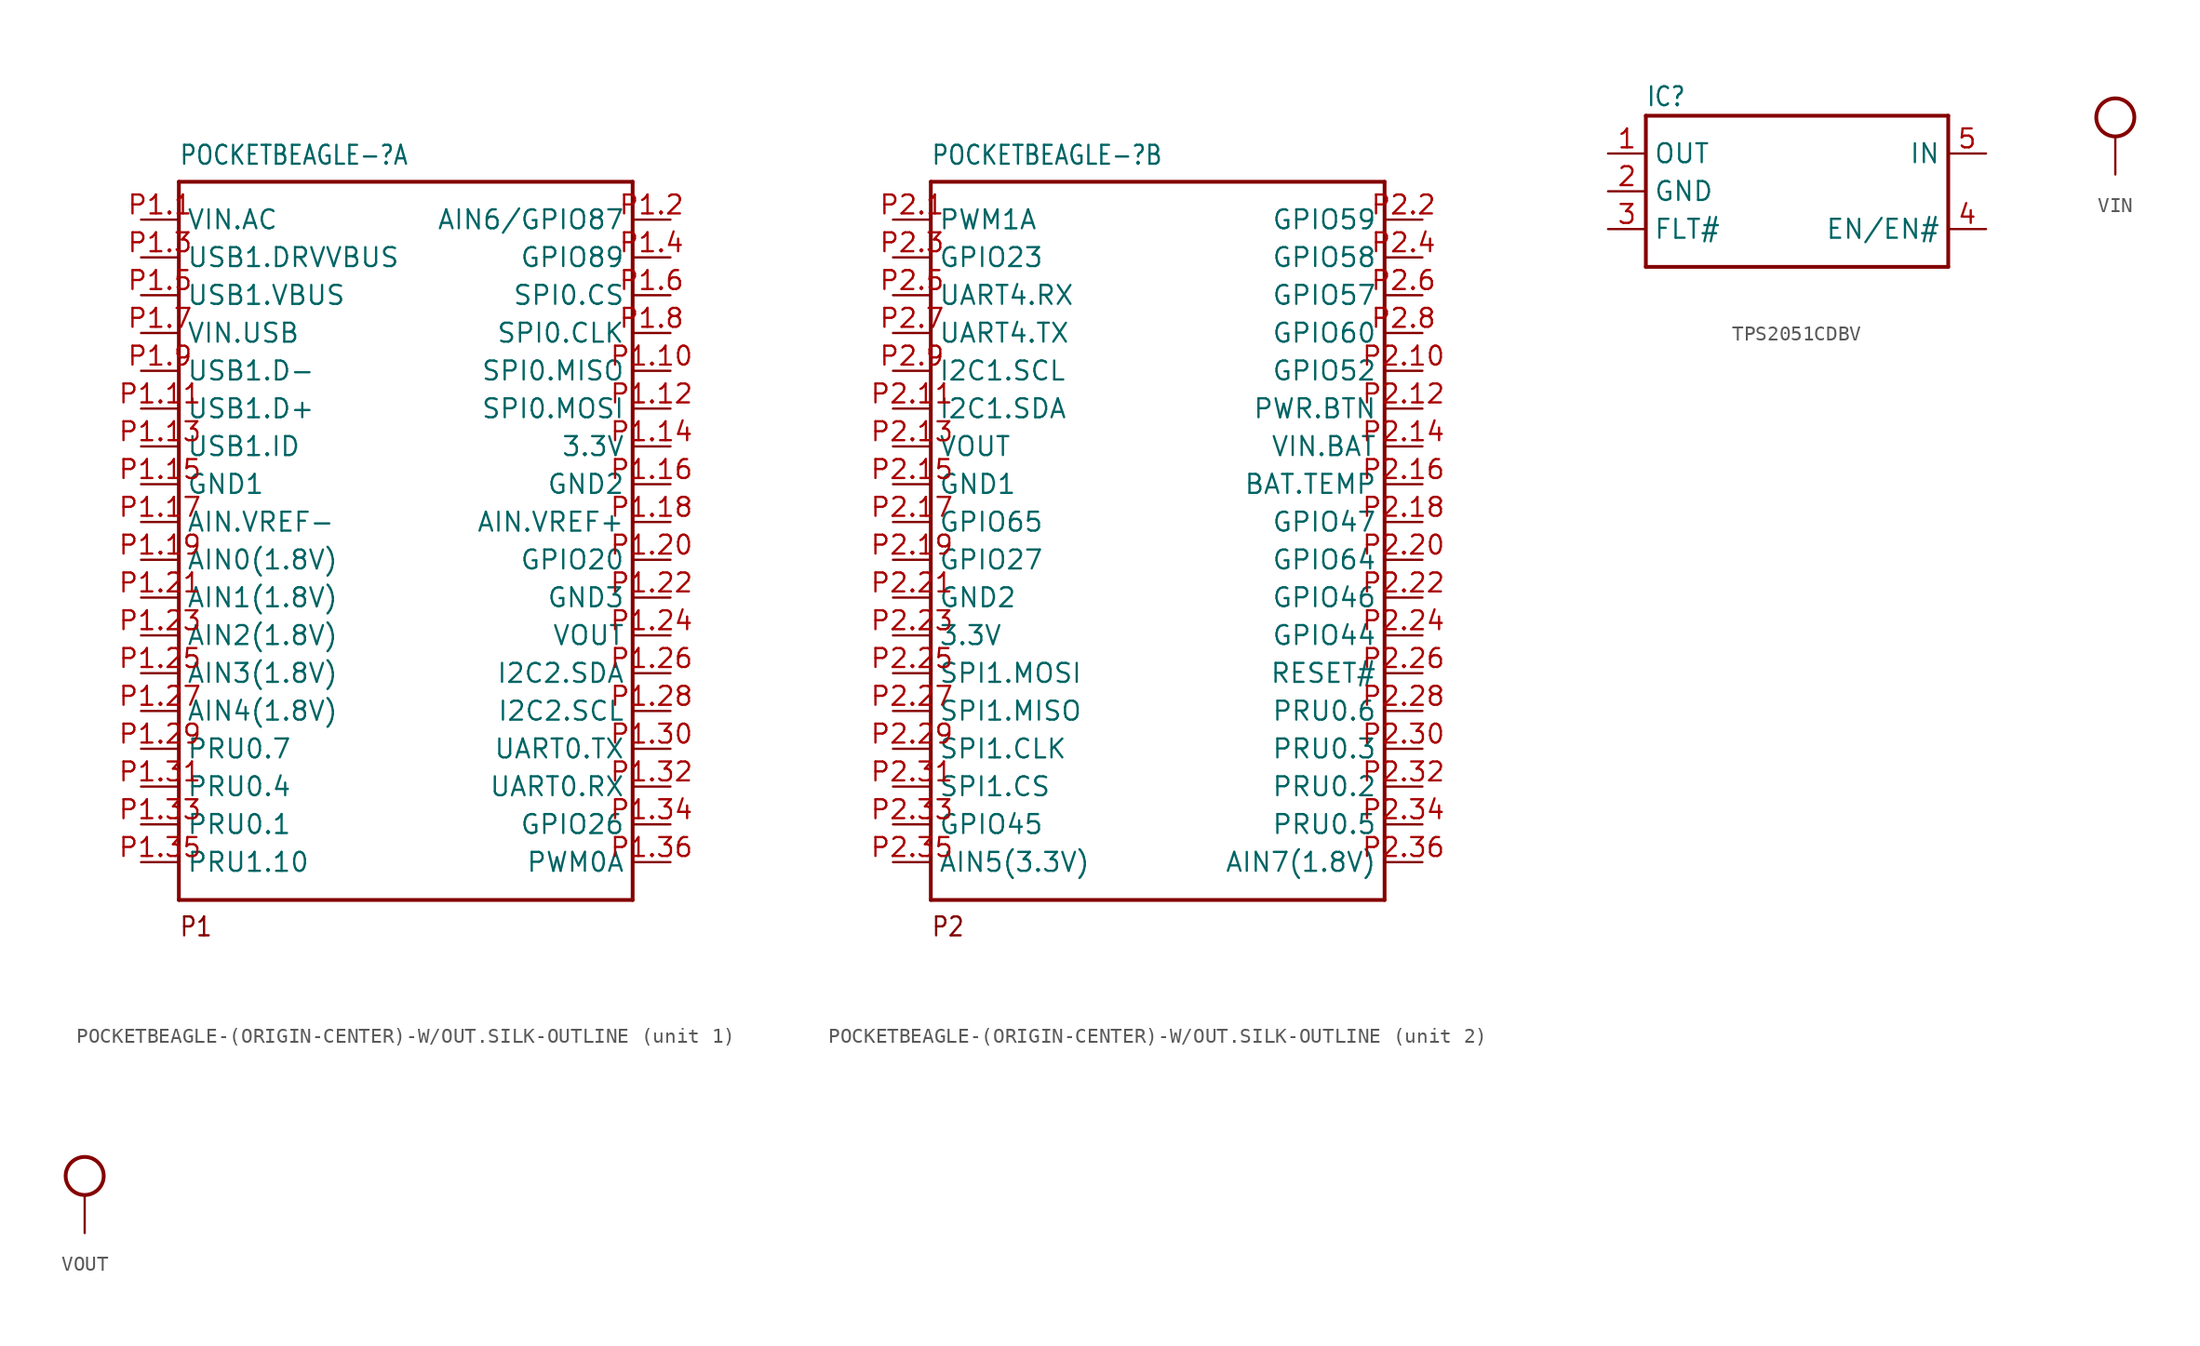
<source format=kicad_sym>
(kicad_symbol_lib
  (version 20231120)
  (generator "kicad_symbol_editor")
  (generator_version "8.0")
  (symbol "POCKETBEAGLE-(ORIGIN-CENTER)-W/OUT.SILK-OUTLINE"
    (property "Reference" "POCKETBEAGLE-"
      (at -15.24 27.94 0)
      (effects (font (size 1.27 1.079)) (justify left top)))
    (property "ki_locked" ""
      (at 0 0 0)
      (effects (font (size 1.27 1.27))))
    (symbol "POCKETBEAGLE-(ORIGIN-CENTER)-W/OUT.SILK-OUTLINE_1_0"
      (polyline (pts (xy -15.24 -22.86) (xy -15.24 25.4)) (stroke (width 0.254) (type solid)) (fill (type none)))
      (polyline (pts (xy -15.24 25.4) (xy 15.24 25.4)) (stroke (width 0.254) (type solid)) (fill (type none)))
      (polyline (pts (xy 15.24 -22.86) (xy -15.24 -22.86)) (stroke (width 0.254) (type solid)) (fill (type none)))
      (polyline (pts (xy 15.24 25.4) (xy 15.24 -22.86)) (stroke (width 0.254) (type solid)) (fill (type none)))
      (text "P1" (at -15.24 -25.4 0) (effects (font (size 1.27 1.079)) (justify left bottom)))
      (pin bidirectional line (at -17.78 22.86 0) (length 2.54) (name "VIN.AC" (effects (font (size 1.27 1.27)))) (number "P1.1" (effects (font (size 1.27 1.27)))))
      (pin bidirectional line (at 17.78 12.7 180) (length 2.54) (name "SPI0.MISO" (effects (font (size 1.27 1.27)))) (number "P1.10" (effects (font (size 1.27 1.27)))))
      (pin bidirectional line (at -17.78 10.16 0) (length 2.54) (name "USB1.D+" (effects (font (size 1.27 1.27)))) (number "P1.11" (effects (font (size 1.27 1.27)))))
      (pin bidirectional line (at 17.78 10.16 180) (length 2.54) (name "SPI0.MOSI" (effects (font (size 1.27 1.27)))) (number "P1.12" (effects (font (size 1.27 1.27)))))
      (pin bidirectional line (at -17.78 7.62 0) (length 2.54) (name "USB1.ID" (effects (font (size 1.27 1.27)))) (number "P1.13" (effects (font (size 1.27 1.27)))))
      (pin bidirectional line (at 17.78 7.62 180) (length 2.54) (name "3.3V" (effects (font (size 1.27 1.27)))) (number "P1.14" (effects (font (size 1.27 1.27)))))
      (pin bidirectional line (at -17.78 5.08 0) (length 2.54) (name "GND1" (effects (font (size 1.27 1.27)))) (number "P1.15" (effects (font (size 1.27 1.27)))))
      (pin bidirectional line (at 17.78 5.08 180) (length 2.54) (name "GND2" (effects (font (size 1.27 1.27)))) (number "P1.16" (effects (font (size 1.27 1.27)))))
      (pin bidirectional line (at -17.78 2.54 0) (length 2.54) (name "AIN.VREF-" (effects (font (size 1.27 1.27)))) (number "P1.17" (effects (font (size 1.27 1.27)))))
      (pin bidirectional line (at 17.78 2.54 180) (length 2.54) (name "AIN.VREF+" (effects (font (size 1.27 1.27)))) (number "P1.18" (effects (font (size 1.27 1.27)))))
      (pin bidirectional line (at -17.78 0 0) (length 2.54) (name "AIN0(1.8V)" (effects (font (size 1.27 1.27)))) (number "P1.19" (effects (font (size 1.27 1.27)))))
      (pin bidirectional line (at 17.78 22.86 180) (length 2.54) (name "AIN6/GPIO87" (effects (font (size 1.27 1.27)))) (number "P1.2" (effects (font (size 1.27 1.27)))))
      (pin bidirectional line (at 17.78 0 180) (length 2.54) (name "GPIO20" (effects (font (size 1.27 1.27)))) (number "P1.20" (effects (font (size 1.27 1.27)))))
      (pin bidirectional line (at -17.78 -2.54 0) (length 2.54) (name "AIN1(1.8V)" (effects (font (size 1.27 1.27)))) (number "P1.21" (effects (font (size 1.27 1.27)))))
      (pin bidirectional line (at 17.78 -2.54 180) (length 2.54) (name "GND3" (effects (font (size 1.27 1.27)))) (number "P1.22" (effects (font (size 1.27 1.27)))))
      (pin bidirectional line (at -17.78 -5.08 0) (length 2.54) (name "AIN2(1.8V)" (effects (font (size 1.27 1.27)))) (number "P1.23" (effects (font (size 1.27 1.27)))))
      (pin bidirectional line (at 17.78 -5.08 180) (length 2.54) (name "VOUT" (effects (font (size 1.27 1.27)))) (number "P1.24" (effects (font (size 1.27 1.27)))))
      (pin bidirectional line (at -17.78 -7.62 0) (length 2.54) (name "AIN3(1.8V)" (effects (font (size 1.27 1.27)))) (number "P1.25" (effects (font (size 1.27 1.27)))))
      (pin bidirectional line (at 17.78 -7.62 180) (length 2.54) (name "I2C2.SDA" (effects (font (size 1.27 1.27)))) (number "P1.26" (effects (font (size 1.27 1.27)))))
      (pin bidirectional line (at -17.78 -10.16 0) (length 2.54) (name "AIN4(1.8V)" (effects (font (size 1.27 1.27)))) (number "P1.27" (effects (font (size 1.27 1.27)))))
      (pin bidirectional line (at 17.78 -10.16 180) (length 2.54) (name "I2C2.SCL" (effects (font (size 1.27 1.27)))) (number "P1.28" (effects (font (size 1.27 1.27)))))
      (pin bidirectional line (at -17.78 -12.7 0) (length 2.54) (name "PRU0.7" (effects (font (size 1.27 1.27)))) (number "P1.29" (effects (font (size 1.27 1.27)))))
      (pin bidirectional line (at -17.78 20.32 0) (length 2.54) (name "USB1.DRVVBUS" (effects (font (size 1.27 1.27)))) (number "P1.3" (effects (font (size 1.27 1.27)))))
      (pin bidirectional line (at 17.78 -12.7 180) (length 2.54) (name "UART0.TX" (effects (font (size 1.27 1.27)))) (number "P1.30" (effects (font (size 1.27 1.27)))))
      (pin bidirectional line (at -17.78 -15.24 0) (length 2.54) (name "PRU0.4" (effects (font (size 1.27 1.27)))) (number "P1.31" (effects (font (size 1.27 1.27)))))
      (pin bidirectional line (at 17.78 -15.24 180) (length 2.54) (name "UART0.RX" (effects (font (size 1.27 1.27)))) (number "P1.32" (effects (font (size 1.27 1.27)))))
      (pin bidirectional line (at -17.78 -17.78 0) (length 2.54) (name "PRU0.1" (effects (font (size 1.27 1.27)))) (number "P1.33" (effects (font (size 1.27 1.27)))))
      (pin bidirectional line (at 17.78 -17.78 180) (length 2.54) (name "GPIO26" (effects (font (size 1.27 1.27)))) (number "P1.34" (effects (font (size 1.27 1.27)))))
      (pin bidirectional line (at -17.78 -20.32 0) (length 2.54) (name "PRU1.10" (effects (font (size 1.27 1.27)))) (number "P1.35" (effects (font (size 1.27 1.27)))))
      (pin bidirectional line (at 17.78 -20.32 180) (length 2.54) (name "PWM0A" (effects (font (size 1.27 1.27)))) (number "P1.36" (effects (font (size 1.27 1.27)))))
      (pin bidirectional line (at 17.78 20.32 180) (length 2.54) (name "GPIO89" (effects (font (size 1.27 1.27)))) (number "P1.4" (effects (font (size 1.27 1.27)))))
      (pin bidirectional line (at -17.78 17.78 0) (length 2.54) (name "USB1.VBUS" (effects (font (size 1.27 1.27)))) (number "P1.5" (effects (font (size 1.27 1.27)))))
      (pin bidirectional line (at 17.78 17.78 180) (length 2.54) (name "SPI0.CS" (effects (font (size 1.27 1.27)))) (number "P1.6" (effects (font (size 1.27 1.27)))))
      (pin bidirectional line (at -17.78 15.24 0) (length 2.54) (name "VIN.USB" (effects (font (size 1.27 1.27)))) (number "P1.7" (effects (font (size 1.27 1.27)))))
      (pin bidirectional line (at 17.78 15.24 180) (length 2.54) (name "SPI0.CLK" (effects (font (size 1.27 1.27)))) (number "P1.8" (effects (font (size 1.27 1.27)))))
      (pin bidirectional line (at -17.78 12.7 0) (length 2.54) (name "USB1.D-" (effects (font (size 1.27 1.27)))) (number "P1.9" (effects (font (size 1.27 1.27))))))
    (symbol "POCKETBEAGLE-(ORIGIN-CENTER)-W/OUT.SILK-OUTLINE_2_0"
      (polyline (pts (xy -15.24 -22.86) (xy -15.24 25.4)) (stroke (width 0.254) (type solid)) (fill (type none)))
      (polyline (pts (xy -15.24 25.4) (xy 15.24 25.4)) (stroke (width 0.254) (type solid)) (fill (type none)))
      (polyline (pts (xy 15.24 -22.86) (xy -15.24 -22.86)) (stroke (width 0.254) (type solid)) (fill (type none)))
      (polyline (pts (xy 15.24 25.4) (xy 15.24 -22.86)) (stroke (width 0.254) (type solid)) (fill (type none)))
      (text "P2" (at -15.24 -25.4 0) (effects (font (size 1.27 1.079)) (justify left bottom)))
      (pin bidirectional line (at -17.78 22.86 0) (length 2.54) (name "PWM1A" (effects (font (size 1.27 1.27)))) (number "P2.1" (effects (font (size 1.27 1.27)))))
      (pin bidirectional line (at 17.78 12.7 180) (length 2.54) (name "GPIO52" (effects (font (size 1.27 1.27)))) (number "P2.10" (effects (font (size 1.27 1.27)))))
      (pin bidirectional line (at -17.78 10.16 0) (length 2.54) (name "I2C1.SDA" (effects (font (size 1.27 1.27)))) (number "P2.11" (effects (font (size 1.27 1.27)))))
      (pin bidirectional line (at 17.78 10.16 180) (length 2.54) (name "PWR.BTN" (effects (font (size 1.27 1.27)))) (number "P2.12" (effects (font (size 1.27 1.27)))))
      (pin bidirectional line (at -17.78 7.62 0) (length 2.54) (name "VOUT" (effects (font (size 1.27 1.27)))) (number "P2.13" (effects (font (size 1.27 1.27)))))
      (pin bidirectional line (at 17.78 7.62 180) (length 2.54) (name "VIN.BAT" (effects (font (size 1.27 1.27)))) (number "P2.14" (effects (font (size 1.27 1.27)))))
      (pin bidirectional line (at -17.78 5.08 0) (length 2.54) (name "GND1" (effects (font (size 1.27 1.27)))) (number "P2.15" (effects (font (size 1.27 1.27)))))
      (pin bidirectional line (at 17.78 5.08 180) (length 2.54) (name "BAT.TEMP" (effects (font (size 1.27 1.27)))) (number "P2.16" (effects (font (size 1.27 1.27)))))
      (pin bidirectional line (at -17.78 2.54 0) (length 2.54) (name "GPIO65" (effects (font (size 1.27 1.27)))) (number "P2.17" (effects (font (size 1.27 1.27)))))
      (pin bidirectional line (at 17.78 2.54 180) (length 2.54) (name "GPIO47" (effects (font (size 1.27 1.27)))) (number "P2.18" (effects (font (size 1.27 1.27)))))
      (pin bidirectional line (at -17.78 0 0) (length 2.54) (name "GPIO27" (effects (font (size 1.27 1.27)))) (number "P2.19" (effects (font (size 1.27 1.27)))))
      (pin bidirectional line (at 17.78 22.86 180) (length 2.54) (name "GPIO59" (effects (font (size 1.27 1.27)))) (number "P2.2" (effects (font (size 1.27 1.27)))))
      (pin bidirectional line (at 17.78 0 180) (length 2.54) (name "GPIO64" (effects (font (size 1.27 1.27)))) (number "P2.20" (effects (font (size 1.27 1.27)))))
      (pin bidirectional line (at -17.78 -2.54 0) (length 2.54) (name "GND2" (effects (font (size 1.27 1.27)))) (number "P2.21" (effects (font (size 1.27 1.27)))))
      (pin bidirectional line (at 17.78 -2.54 180) (length 2.54) (name "GPIO46" (effects (font (size 1.27 1.27)))) (number "P2.22" (effects (font (size 1.27 1.27)))))
      (pin bidirectional line (at -17.78 -5.08 0) (length 2.54) (name "3.3V" (effects (font (size 1.27 1.27)))) (number "P2.23" (effects (font (size 1.27 1.27)))))
      (pin bidirectional line (at 17.78 -5.08 180) (length 2.54) (name "GPIO44" (effects (font (size 1.27 1.27)))) (number "P2.24" (effects (font (size 1.27 1.27)))))
      (pin bidirectional line (at -17.78 -7.62 0) (length 2.54) (name "SPI1.MOSI" (effects (font (size 1.27 1.27)))) (number "P2.25" (effects (font (size 1.27 1.27)))))
      (pin bidirectional line (at 17.78 -7.62 180) (length 2.54) (name "RESET#" (effects (font (size 1.27 1.27)))) (number "P2.26" (effects (font (size 1.27 1.27)))))
      (pin bidirectional line (at -17.78 -10.16 0) (length 2.54) (name "SPI1.MISO" (effects (font (size 1.27 1.27)))) (number "P2.27" (effects (font (size 1.27 1.27)))))
      (pin bidirectional line (at 17.78 -10.16 180) (length 2.54) (name "PRU0.6" (effects (font (size 1.27 1.27)))) (number "P2.28" (effects (font (size 1.27 1.27)))))
      (pin bidirectional line (at -17.78 -12.7 0) (length 2.54) (name "SPI1.CLK" (effects (font (size 1.27 1.27)))) (number "P2.29" (effects (font (size 1.27 1.27)))))
      (pin bidirectional line (at -17.78 20.32 0) (length 2.54) (name "GPIO23" (effects (font (size 1.27 1.27)))) (number "P2.3" (effects (font (size 1.27 1.27)))))
      (pin bidirectional line (at 17.78 -12.7 180) (length 2.54) (name "PRU0.3" (effects (font (size 1.27 1.27)))) (number "P2.30" (effects (font (size 1.27 1.27)))))
      (pin bidirectional line (at -17.78 -15.24 0) (length 2.54) (name "SPI1.CS" (effects (font (size 1.27 1.27)))) (number "P2.31" (effects (font (size 1.27 1.27)))))
      (pin bidirectional line (at 17.78 -15.24 180) (length 2.54) (name "PRU0.2" (effects (font (size 1.27 1.27)))) (number "P2.32" (effects (font (size 1.27 1.27)))))
      (pin bidirectional line (at -17.78 -17.78 0) (length 2.54) (name "GPIO45" (effects (font (size 1.27 1.27)))) (number "P2.33" (effects (font (size 1.27 1.27)))))
      (pin bidirectional line (at 17.78 -17.78 180) (length 2.54) (name "PRU0.5" (effects (font (size 1.27 1.27)))) (number "P2.34" (effects (font (size 1.27 1.27)))))
      (pin bidirectional line (at -17.78 -20.32 0) (length 2.54) (name "AIN5(3.3V)" (effects (font (size 1.27 1.27)))) (number "P2.35" (effects (font (size 1.27 1.27)))))
      (pin bidirectional line (at 17.78 -20.32 180) (length 2.54) (name "AIN7(1.8V)" (effects (font (size 1.27 1.27)))) (number "P2.36" (effects (font (size 1.27 1.27)))))
      (pin bidirectional line (at 17.78 20.32 180) (length 2.54) (name "GPIO58" (effects (font (size 1.27 1.27)))) (number "P2.4" (effects (font (size 1.27 1.27)))))
      (pin bidirectional line (at -17.78 17.78 0) (length 2.54) (name "UART4.RX" (effects (font (size 1.27 1.27)))) (number "P2.5" (effects (font (size 1.27 1.27)))))
      (pin bidirectional line (at 17.78 17.78 180) (length 2.54) (name "GPIO57" (effects (font (size 1.27 1.27)))) (number "P2.6" (effects (font (size 1.27 1.27)))))
      (pin bidirectional line (at -17.78 15.24 0) (length 2.54) (name "UART4.TX" (effects (font (size 1.27 1.27)))) (number "P2.7" (effects (font (size 1.27 1.27)))))
      (pin bidirectional line (at 17.78 15.24 180) (length 2.54) (name "GPIO60" (effects (font (size 1.27 1.27)))) (number "P2.8" (effects (font (size 1.27 1.27)))))
      (pin bidirectional line (at -17.78 12.7 0) (length 2.54) (name "I2C1.SCL" (effects (font (size 1.27 1.27)))) (number "P2.9" (effects (font (size 1.27 1.27)))))))
  (symbol "TPS2051CDBV"
    (property "Reference" "IC"
      (at -10.16 7.112 0)
      (effects (font (size 1.27 1.079)) (justify left top)))
    (property "Value" ""
      (at -10.16 -7.112 0)
      (effects (font (size 1.27 1.079)) (justify left bottom)))
    (property "ki_locked" ""
      (at 0 0 0)
      (effects (font (size 1.27 1.27))))
    (symbol "TPS2051CDBV_1_0"
      (polyline (pts (xy -10.16 -5.08) (xy -10.16 5.08)) (stroke (width 0.254) (type solid)) (fill (type none)))
      (polyline (pts (xy -10.16 5.08) (xy 10.16 5.08)) (stroke (width 0.254) (type solid)) (fill (type none)))
      (polyline (pts (xy 10.16 -5.08) (xy -10.16 -5.08)) (stroke (width 0.254) (type solid)) (fill (type none)))
      (polyline (pts (xy 10.16 5.08) (xy 10.16 -5.08)) (stroke (width 0.254) (type solid)) (fill (type none)))
      (pin bidirectional line (at -12.7 2.54 0) (length 2.54) (name "OUT" (effects (font (size 1.27 1.27)))) (number "1" (effects (font (size 1.27 1.27)))))
      (pin bidirectional line (at -12.7 0 0) (length 2.54) (name "GND" (effects (font (size 1.27 1.27)))) (number "2" (effects (font (size 1.27 1.27)))))
      (pin bidirectional line (at -12.7 -2.54 0) (length 2.54) (name "FLT#" (effects (font (size 1.27 1.27)))) (number "3" (effects (font (size 1.27 1.27)))))
      (pin bidirectional line (at 12.7 -2.54 180) (length 2.54) (name "EN/EN#" (effects (font (size 1.27 1.27)))) (number "4" (effects (font (size 1.27 1.27)))))
      (pin bidirectional line (at 12.7 2.54 180) (length 2.54) (name "IN" (effects (font (size 1.27 1.27)))) (number "5" (effects (font (size 1.27 1.27)))))))
  (symbol "VIN"
    (power)
    (property "Reference" "#SUPPLY"
      (at 0 0 0)
      (effects (font (size 1.27 1.27)) (hide yes)))
    (property "Value" ""
      (at 0 4.064 0)
      (effects (font (size 1.778 1.511))))
    (property "ki_locked" ""
      (at 0 0 0)
      (effects (font (size 1.27 1.27))))
    (symbol "VIN_1_0"
      (circle (center 0 1.27) (radius 1.27) (stroke (width 0.254) (type solid)) (fill (type none)))
      (pin power_in line (at 0 -2.54 90) (length 2.54) (name "VIN" (effects (font (size 0 0)))) (number "1" (effects (font (size 0 0)))))))
  (symbol "VOUT"
    (power)
    (property "Reference" "#SUPPLY"
      (at 0 0 0)
      (effects (font (size 1.27 1.27)) (hide yes)))
    (property "Value" ""
      (at 0 4.064 0)
      (effects (font (size 1.778 1.511))))
    (property "ki_locked" ""
      (at 0 0 0)
      (effects (font (size 1.27 1.27))))
    (symbol "VOUT_1_0"
      (circle (center 0 1.27) (radius 1.27) (stroke (width 0.254) (type solid)) (fill (type none)))
      (pin power_in line (at 0 -2.54 90) (length 2.54) (name "VOUT" (effects (font (size 0 0)))) (number "1" (effects (font (size 0 0))))))))
</source>
